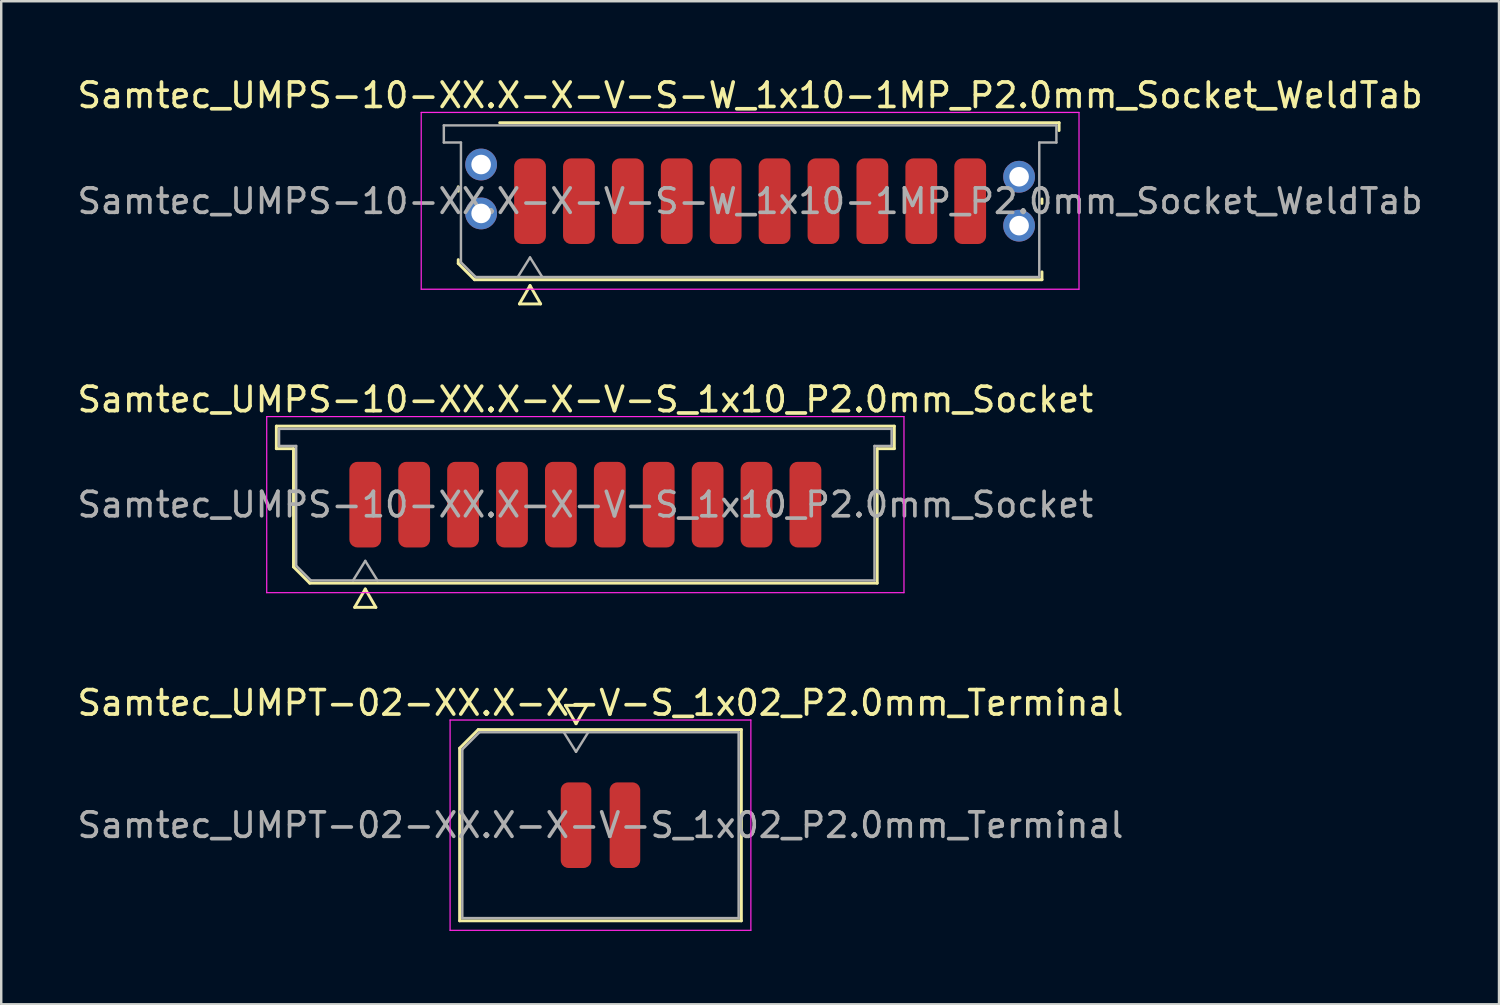
<source format=kicad_pcb>
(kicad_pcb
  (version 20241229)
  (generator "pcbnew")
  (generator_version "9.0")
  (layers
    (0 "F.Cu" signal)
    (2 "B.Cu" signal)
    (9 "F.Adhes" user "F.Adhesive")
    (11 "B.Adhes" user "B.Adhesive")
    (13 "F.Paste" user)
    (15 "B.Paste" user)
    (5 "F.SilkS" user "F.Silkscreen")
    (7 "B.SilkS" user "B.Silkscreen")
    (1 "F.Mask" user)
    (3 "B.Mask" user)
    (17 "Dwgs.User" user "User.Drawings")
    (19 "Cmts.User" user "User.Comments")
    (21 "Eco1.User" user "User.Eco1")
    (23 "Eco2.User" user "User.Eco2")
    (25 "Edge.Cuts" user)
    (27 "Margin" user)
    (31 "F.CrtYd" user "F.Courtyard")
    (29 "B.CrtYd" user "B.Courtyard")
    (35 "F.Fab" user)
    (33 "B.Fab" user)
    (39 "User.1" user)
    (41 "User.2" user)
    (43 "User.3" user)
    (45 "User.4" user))
  (footprint "Samtec_UMPS-10-XX.X-X-V-S_1x10_P2.0mm_Socket"
    (layer "F.Cu")
    (at 20.887 17.587)
    (property "Reference" "Samtec_UMPS-10-XX.X-X-V-S_1x10_P2.0mm_Socket" (at 0 -4.3 0) (layer "F.SilkS") (effects (font (size 1 1) (thickness 0.15))))
    (attr smd)
    (fp_line (start -12.635 -3.21) (end 12.635 -3.21) (stroke (width 0.12) (type solid)) (layer "F.SilkS"))
    (fp_line (start -12.635 -2.29) (end -12.635 -3.21) (stroke (width 0.12) (type solid)) (layer "F.SilkS"))
    (fp_line (start -11.935 -2.29) (end -12.635 -2.29) (stroke (width 0.12) (type solid)) (layer "F.SilkS"))
    (fp_line (start -11.935 2.546) (end -11.935 -2.29) (stroke (width 0.12) (type solid)) (layer "F.SilkS"))
    (fp_line (start -11.271 3.21) (end -11.935 2.546) (stroke (width 0.12) (type solid)) (layer "F.SilkS"))
    (fp_line (start -9.433 4.2) (end -9 3.45) (stroke (width 0.12) (type solid)) (layer "F.SilkS"))
    (fp_line (start -9 3.45) (end -8.567 4.2) (stroke (width 0.12) (type solid)) (layer "F.SilkS"))
    (fp_line (start -8.567 4.2) (end -9.433 4.2) (stroke (width 0.12) (type solid)) (layer "F.SilkS"))
    (fp_line (start 11.935 -2.29) (end 11.935 3.21) (stroke (width 0.12) (type solid)) (layer "F.SilkS"))
    (fp_line (start 11.935 3.21) (end -11.271 3.21) (stroke (width 0.12) (type solid)) (layer "F.SilkS"))
    (fp_line (start 12.635 -3.21) (end 12.635 -2.29) (stroke (width 0.12) (type solid)) (layer "F.SilkS"))
    (fp_line (start 12.635 -2.29) (end 11.935 -2.29) (stroke (width 0.12) (type solid)) (layer "F.SilkS"))
    (fp_line (start -13.03 -3.6) (end -13.03 3.6) (stroke (width 0.05) (type solid)) (layer "F.CrtYd"))
    (fp_line (start -13.03 3.6) (end 13.03 3.6) (stroke (width 0.05) (type solid)) (layer "F.CrtYd"))
    (fp_line (start 13.03 -3.6) (end -13.03 -3.6) (stroke (width 0.05) (type solid)) (layer "F.CrtYd"))
    (fp_line (start 13.03 3.6) (end 13.03 -3.6) (stroke (width 0.05) (type solid)) (layer "F.CrtYd"))
    (fp_line (start -12.525 -3.1) (end 12.525 -3.1) (stroke (width 0.1) (type solid)) (layer "F.Fab"))
    (fp_line (start -12.525 -2.4) (end -12.525 -3.1) (stroke (width 0.1) (type solid)) (layer "F.Fab"))
    (fp_line (start -11.825 -2.4) (end -12.525 -2.4) (stroke (width 0.1) (type solid)) (layer "F.Fab"))
    (fp_line (start -11.825 2.5) (end -11.825 -2.4) (stroke (width 0.1) (type solid)) (layer "F.Fab"))
    (fp_line (start -11.225 3.1) (end -11.825 2.5) (stroke (width 0.1) (type solid)) (layer "F.Fab"))
    (fp_line (start -9.5 3.1) (end -9 2.3) (stroke (width 0.1) (type solid)) (layer "F.Fab"))
    (fp_line (start -9 2.3) (end -8.5 3.1) (stroke (width 0.1) (type solid)) (layer "F.Fab"))
    (fp_line (start 11.825 -2.4) (end 11.825 3.1) (stroke (width 0.1) (type solid)) (layer "F.Fab"))
    (fp_line (start 11.825 3.1) (end -11.225 3.1) (stroke (width 0.1) (type solid)) (layer "F.Fab"))
    (fp_line (start 12.525 -3.1) (end 12.525 -2.4) (stroke (width 0.1) (type solid)) (layer "F.Fab"))
    (fp_line (start 12.525 -2.4) (end 11.825 -2.4) (stroke (width 0.1) (type solid)) (layer "F.Fab"))
    (fp_text user "${REFERENCE}" (at 0 0 0) (layer "F.Fab") (effects (font (size 1 1) (thickness 0.15))))
    (pad "1" smd roundrect (at -9 0) (size 1.3 3.5) (layers "F.Cu" "F.Mask" "F.Paste") (roundrect_rratio 0.25))
    (pad "2" smd roundrect (at -7 0) (size 1.3 3.5) (layers "F.Cu" "F.Mask" "F.Paste") (roundrect_rratio 0.25))
    (pad "3" smd roundrect (at -5 0) (size 1.3 3.5) (layers "F.Cu" "F.Mask" "F.Paste") (roundrect_rratio 0.25))
    (pad "4" smd roundrect (at -3 0) (size 1.3 3.5) (layers "F.Cu" "F.Mask" "F.Paste") (roundrect_rratio 0.25))
    (pad "5" smd roundrect (at -1 0) (size 1.3 3.5) (layers "F.Cu" "F.Mask" "F.Paste") (roundrect_rratio 0.25))
    (pad "6" smd roundrect (at 1 0) (size 1.3 3.5) (layers "F.Cu" "F.Mask" "F.Paste") (roundrect_rratio 0.25))
    (pad "7" smd roundrect (at 3 0) (size 1.3 3.5) (layers "F.Cu" "F.Mask" "F.Paste") (roundrect_rratio 0.25))
    (pad "8" smd roundrect (at 5 0) (size 1.3 3.5) (layers "F.Cu" "F.Mask" "F.Paste") (roundrect_rratio 0.25))
    (pad "9" smd roundrect (at 7 0) (size 1.3 3.5) (layers "F.Cu" "F.Mask" "F.Paste") (roundrect_rratio 0.25))
    (pad "10" smd roundrect (at 9 0) (size 1.3 3.5) (layers "F.Cu" "F.Mask" "F.Paste") (roundrect_rratio 0.25)))
  (footprint "Samtec_UMPT-02-XX.X-X-V-S_1x02_P2.0mm_Terminal"
    (layer "F.Cu")
    (at 21.506 30.695)
    (property "Reference" "Samtec_UMPT-02-XX.X-X-V-S_1x02_P2.0mm_Terminal" (at 0 -5 0) (layer "F.SilkS") (effects (font (size 1 1) (thickness 0.15))))
    (attr smd)
    (fp_line (start -5.76 -3.146) (end -4.996 -3.91) (stroke (width 0.12) (type solid)) (layer "F.SilkS"))
    (fp_line (start -5.76 3.91) (end -5.76 -3.146) (stroke (width 0.12) (type solid)) (layer "F.SilkS"))
    (fp_line (start -4.996 -3.91) (end 5.76 -3.91) (stroke (width 0.12) (type solid)) (layer "F.SilkS"))
    (fp_line (start -1.433 -4.9) (end -1 -4.15) (stroke (width 0.12) (type solid)) (layer "F.SilkS"))
    (fp_line (start -1 -4.15) (end -0.567 -4.9) (stroke (width 0.12) (type solid)) (layer "F.SilkS"))
    (fp_line (start -0.567 -4.9) (end -1.433 -4.9) (stroke (width 0.12) (type solid)) (layer "F.SilkS"))
    (fp_line (start 5.76 -3.91) (end 5.76 3.91) (stroke (width 0.12) (type solid)) (layer "F.SilkS"))
    (fp_line (start 5.76 3.91) (end -5.76 3.91) (stroke (width 0.12) (type solid)) (layer "F.SilkS"))
    (fp_line (start -6.15 -4.3) (end -6.15 4.3) (stroke (width 0.05) (type solid)) (layer "F.CrtYd"))
    (fp_line (start -6.15 4.3) (end 6.15 4.3) (stroke (width 0.05) (type solid)) (layer "F.CrtYd"))
    (fp_line (start 6.15 -4.3) (end -6.15 -4.3) (stroke (width 0.05) (type solid)) (layer "F.CrtYd"))
    (fp_line (start 6.15 4.3) (end 6.15 -4.3) (stroke (width 0.05) (type solid)) (layer "F.CrtYd"))
    (fp_line (start -5.65 -3.1) (end -4.95 -3.8) (stroke (width 0.1) (type solid)) (layer "F.Fab"))
    (fp_line (start -5.65 3.8) (end -5.65 -3.1) (stroke (width 0.1) (type solid)) (layer "F.Fab"))
    (fp_line (start -4.95 -3.8) (end 5.65 -3.8) (stroke (width 0.1) (type solid)) (layer "F.Fab"))
    (fp_line (start -1.5 -3.8) (end -1 -3) (stroke (width 0.1) (type solid)) (layer "F.Fab"))
    (fp_line (start -1 -3) (end -0.5 -3.8) (stroke (width 0.1) (type solid)) (layer "F.Fab"))
    (fp_line (start 5.65 -3.8) (end 5.65 3.8) (stroke (width 0.1) (type solid)) (layer "F.Fab"))
    (fp_line (start 5.65 3.8) (end -5.65 3.8) (stroke (width 0.1) (type solid)) (layer "F.Fab"))
    (fp_text user "${REFERENCE}" (at 0 0 0) (layer "F.Fab") (effects (font (size 1 1) (thickness 0.15))))
    (pad "1" smd roundrect (at -1 0) (size 1.25 3.5) (layers "F.Cu" "F.Mask" "F.Paste") (roundrect_rratio 0.25))
    (pad "2" smd roundrect (at 1 0) (size 1.25 3.5) (layers "F.Cu" "F.Mask" "F.Paste") (roundrect_rratio 0.25)))
  (footprint "Samtec_UMPS-10-XX.X-X-V-S-W_1x10-1MP_P2.0mm_Socket_WeldTab"
    (layer "F.Cu")
    (at 27.625 5.178)
    (property "Reference" "Samtec_UMPS-10-XX.X-X-V-S-W_1x10-1MP_P2.0mm_Socket_WeldTab" (at 0 -4.33 0) (layer "F.SilkS") (effects (font (size 1 1) (thickness 0.15))))
    (attr smd)
    (fp_line (start -11.935 -0.41) (end -11.935 -0.59) (stroke (width 0.12) (type solid)) (layer "F.SilkS"))
    (fp_line (start -11.935 2.546) (end -11.935 2.39) (stroke (width 0.12) (type solid)) (layer "F.SilkS"))
    (fp_line (start -11.271 3.21) (end -11.935 2.546) (stroke (width 0.12) (type solid)) (layer "F.SilkS"))
    (fp_line (start -10.24 -3.21) (end 12.635 -3.21) (stroke (width 0.12) (type solid)) (layer "F.SilkS"))
    (fp_line (start -9.433 4.2) (end -9 3.45) (stroke (width 0.12) (type solid)) (layer "F.SilkS"))
    (fp_line (start -9 3.45) (end -8.567 4.2) (stroke (width 0.12) (type solid)) (layer "F.SilkS"))
    (fp_line (start -8.567 4.2) (end -9.433 4.2) (stroke (width 0.12) (type solid)) (layer "F.SilkS"))
    (fp_line (start 11.935 -0.09) (end 11.935 0.09) (stroke (width 0.12) (type solid)) (layer "F.SilkS"))
    (fp_line (start 11.935 2.89) (end 11.935 3.21) (stroke (width 0.12) (type solid)) (layer "F.SilkS"))
    (fp_line (start 11.935 3.21) (end -11.271 3.21) (stroke (width 0.12) (type solid)) (layer "F.SilkS"))
    (fp_line (start 12.635 -3.21) (end 12.635 -2.89) (stroke (width 0.12) (type solid)) (layer "F.SilkS"))
    (fp_line (start -13.45 -3.63) (end -13.45 3.6) (stroke (width 0.05) (type solid)) (layer "F.CrtYd"))
    (fp_line (start -13.45 3.6) (end 13.45 3.6) (stroke (width 0.05) (type solid)) (layer "F.CrtYd"))
    (fp_line (start 13.45 -3.63) (end -13.45 -3.63) (stroke (width 0.05) (type solid)) (layer "F.CrtYd"))
    (fp_line (start 13.45 3.6) (end 13.45 -3.63) (stroke (width 0.05) (type solid)) (layer "F.CrtYd"))
    (fp_line (start -12.525 -3.1) (end 12.525 -3.1) (stroke (width 0.1) (type solid)) (layer "F.Fab"))
    (fp_line (start -12.525 -2.4) (end -12.525 -3.1) (stroke (width 0.1) (type solid)) (layer "F.Fab"))
    (fp_line (start -11.825 -2.4) (end -12.525 -2.4) (stroke (width 0.1) (type solid)) (layer "F.Fab"))
    (fp_line (start -11.825 2.5) (end -11.825 -2.4) (stroke (width 0.1) (type solid)) (layer "F.Fab"))
    (fp_line (start -11.225 3.1) (end -11.825 2.5) (stroke (width 0.1) (type solid)) (layer "F.Fab"))
    (fp_line (start -9.5 3.1) (end -9 2.3) (stroke (width 0.1) (type solid)) (layer "F.Fab"))
    (fp_line (start -9 2.3) (end -8.5 3.1) (stroke (width 0.1) (type solid)) (layer "F.Fab"))
    (fp_line (start 11.825 -2.4) (end 11.825 3.1) (stroke (width 0.1) (type solid)) (layer "F.Fab"))
    (fp_line (start 11.825 3.1) (end -11.225 3.1) (stroke (width 0.1) (type solid)) (layer "F.Fab"))
    (fp_line (start 12.525 -3.1) (end 12.525 -2.4) (stroke (width 0.1) (type solid)) (layer "F.Fab"))
    (fp_line (start 12.525 -2.4) (end 11.825 -2.4) (stroke (width 0.1) (type solid)) (layer "F.Fab"))
    (fp_text user "${REFERENCE}" (at 0 0 0) (layer "F.Fab") (effects (font (size 1 1) (thickness 0.15))))
    (pad "" smd rect (at -11.725 -1.99) (size 2.45 2.28) (layers "F.Paste"))
    (pad "" smd rect (at -11.725 0.99) (size 2.45 2.28) (layers "F.Paste"))
    (pad "" smd rect (at 11.725 -1.49) (size 2.45 2.28) (layers "F.Paste"))
    (pad "" smd rect (at 11.725 1.49) (size 2.45 2.28) (layers "F.Paste"))
    (pad "1" smd roundrect (at -9 0) (size 1.3 3.5) (layers "F.Cu" "F.Mask" "F.Paste") (roundrect_rratio 0.25))
    (pad "2" smd roundrect (at -7 0) (size 1.3 3.5) (layers "F.Cu" "F.Mask" "F.Paste") (roundrect_rratio 0.25))
    (pad "3" smd roundrect (at -5 0) (size 1.3 3.5) (layers "F.Cu" "F.Mask" "F.Paste") (roundrect_rratio 0.25))
    (pad "4" smd roundrect (at -3 0) (size 1.3 3.5) (layers "F.Cu" "F.Mask" "F.Paste") (roundrect_rratio 0.25))
    (pad "5" smd roundrect (at -1 0) (size 1.3 3.5) (layers "F.Cu" "F.Mask" "F.Paste") (roundrect_rratio 0.25))
    (pad "6" smd roundrect (at 1 0) (size 1.3 3.5) (layers "F.Cu" "F.Mask" "F.Paste") (roundrect_rratio 0.25))
    (pad "7" smd roundrect (at 3 0) (size 1.3 3.5) (layers "F.Cu" "F.Mask" "F.Paste") (roundrect_rratio 0.25))
    (pad "8" smd roundrect (at 5 0) (size 1.3 3.5) (layers "F.Cu" "F.Mask" "F.Paste") (roundrect_rratio 0.25))
    (pad "9" smd roundrect (at 7 0) (size 1.3 3.5) (layers "F.Cu" "F.Mask" "F.Paste") (roundrect_rratio 0.25))
    (pad "10" smd roundrect (at 9 0) (size 1.3 3.5) (layers "F.Cu" "F.Mask" "F.Paste") (roundrect_rratio 0.25))
    (pad "MP" thru_hole circle (at -11 -1.5) (size 1.3 1.3) (drill 0.8) (layers "*.Cu" "*.Mask"))
    (pad "MP" thru_hole circle (at -11 0.5) (size 1.3 1.3) (drill 0.8) (layers "*.Cu" "*.Mask"))
    (pad "MP" thru_hole circle (at 11 -1) (size 1.3 1.3) (drill 0.8) (layers "*.Cu" "*.Mask"))
    (pad "MP" thru_hole circle (at 11 1) (size 1.3 1.3) (drill 0.8) (layers "*.Cu" "*.Mask")))
  (gr_rect
    (start -3 -3)
    (end 58.25 38.02)
    (stroke (width 0.1) (type default))
    (fill no)
    (layer "Edge.Cuts")))
</source>
